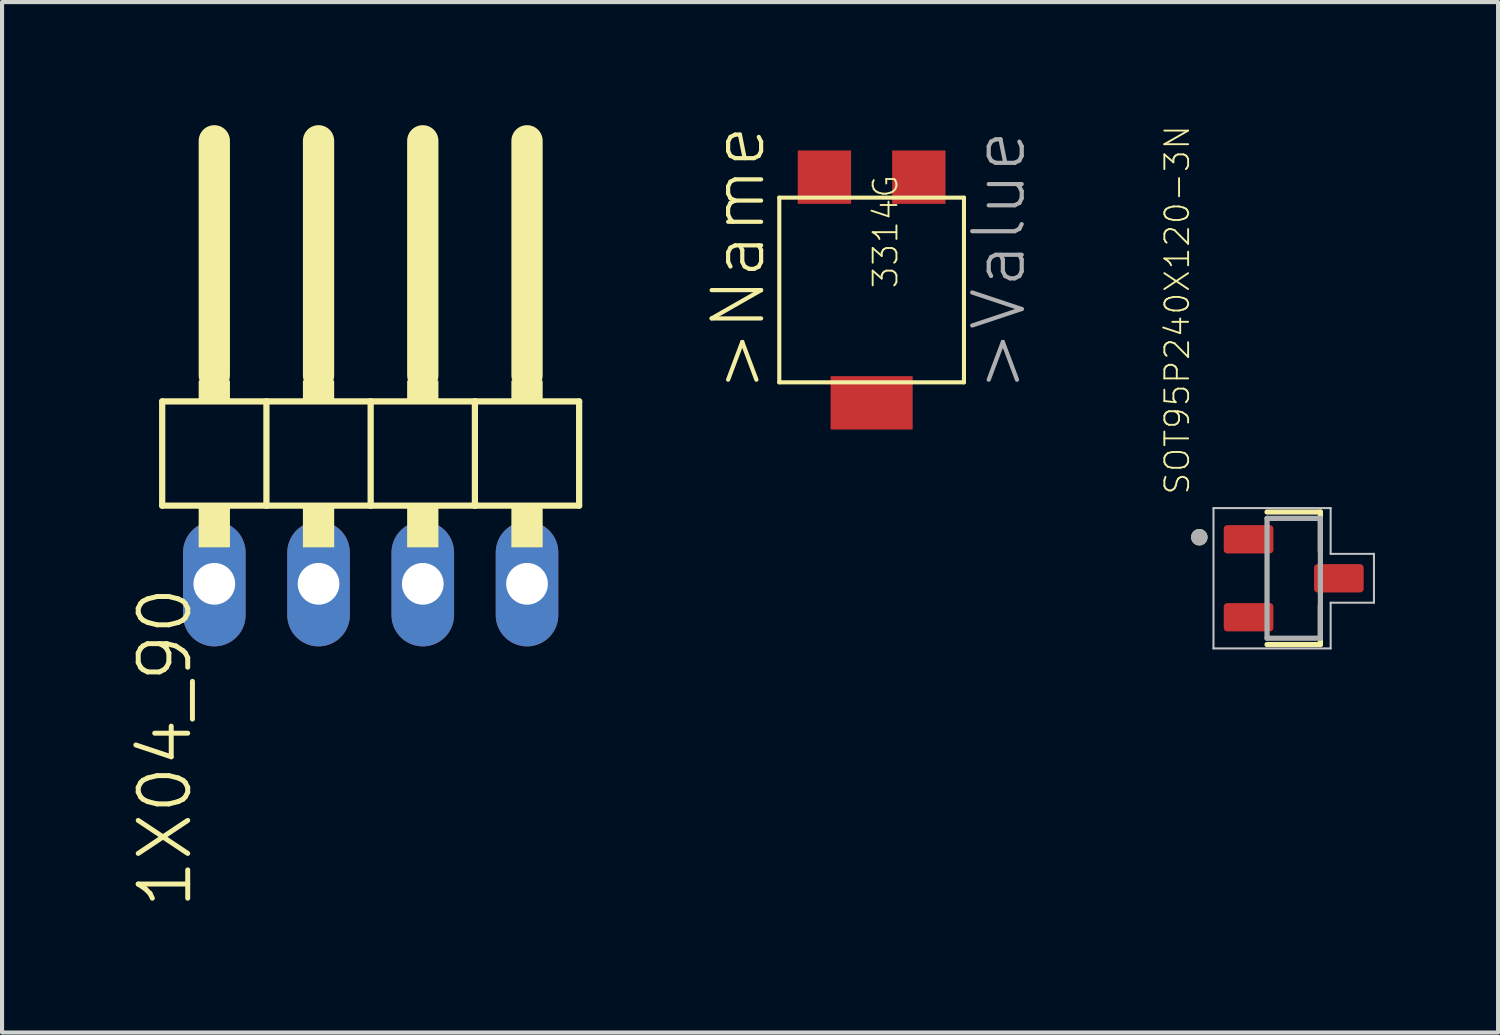
<source format=kicad_pcb>
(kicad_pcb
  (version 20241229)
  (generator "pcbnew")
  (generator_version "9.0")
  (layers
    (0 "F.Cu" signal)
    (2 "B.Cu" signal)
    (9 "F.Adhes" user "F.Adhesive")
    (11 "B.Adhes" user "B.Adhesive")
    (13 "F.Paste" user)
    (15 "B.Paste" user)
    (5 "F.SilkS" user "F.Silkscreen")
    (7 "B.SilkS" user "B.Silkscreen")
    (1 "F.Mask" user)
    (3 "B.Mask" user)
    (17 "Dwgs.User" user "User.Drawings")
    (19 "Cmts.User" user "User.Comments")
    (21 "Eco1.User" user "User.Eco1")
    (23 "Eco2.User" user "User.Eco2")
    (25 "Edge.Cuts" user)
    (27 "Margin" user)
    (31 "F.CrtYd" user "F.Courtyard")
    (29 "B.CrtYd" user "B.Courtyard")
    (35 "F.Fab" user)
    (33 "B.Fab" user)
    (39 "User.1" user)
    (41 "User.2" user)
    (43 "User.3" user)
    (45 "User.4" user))
  (footprint "3314G"
    (layer "F.Cu")
    (at 18.189 4.016)
    (property "Reference" "3314G" (at 0 0 90) (layer "F.SilkS") (effects (font (size 0.579 0.579) (thickness 0.046)) (justify left top)))
    (attr through_hole)
    (fp_line (start -2.25 -2.25) (end 2.25 -2.25) (stroke (width 0.1) (type solid)) (layer "F.SilkS"))
    (fp_line (start -2.25 2.25) (end -2.25 -2.25) (stroke (width 0.1) (type solid)) (layer "F.SilkS"))
    (fp_line (start 2.25 -2.25) (end 2.25 2.25) (stroke (width 0.1) (type solid)) (layer "F.SilkS"))
    (fp_line (start 2.25 2.25) (end -2.25 2.25) (stroke (width 0.1) (type solid)) (layer "F.SilkS"))
    (fp_text user ">Name" (at -2.54 2.54 90) (layer "F.SilkS") (effects (font (size 1.206 1.206) (thickness 0.102)) (justify left bottom)))
    (fp_text user ">Value" (at 3.81 2.54 90) (layer "F.Fab") (effects (font (size 1.206 1.206) (thickness 0.102)) (justify left bottom)))
    (pad "1" smd rect (at -1.15 -2.75 90) (size 1.3 1.3) (layers "F.Cu" "F.Mask" "F.Paste"))
    (pad "2" smd rect (at 0 2.75 90) (size 1.3 2) (layers "F.Cu" "F.Mask" "F.Paste"))
    (pad "3" smd rect (at 1.15 -2.75 90) (size 1.3 1.3) (layers "F.Cu" "F.Mask" "F.Paste")))
  (footprint "SOT95P240X120-3N"
    (layer "F.Cu")
    (at 28.474 11.041)
    (property "Reference" "SOT95P240X120-3N" (at -2.5 -2 90) (layer "F.SilkS") (effects (font (size 0.579 0.579) (thickness 0.046)) (justify left bottom)))
    (attr through_hole)
    (fp_line (start -0.65 -1.615) (end 0.65 -1.615) (stroke (width 0.127) (type solid)) (layer "F.SilkS"))
    (fp_line (start 0.65 -1.615) (end 0.65 -0.665) (stroke (width 0.127) (type solid)) (layer "F.SilkS"))
    (fp_line (start 0.65 0.665) (end 0.65 1.615) (stroke (width 0.127) (type solid)) (layer "F.SilkS"))
    (fp_line (start 0.65 1.615) (end -0.65 1.615) (stroke (width 0.127) (type solid)) (layer "F.SilkS"))
    (fp_circle (center -2.3 -1) (end -2.2 -1) (stroke (width 0.2) (type solid)) (fill no) (layer "F.SilkS"))
    (fp_line (start -1.955 -1.71) (end 0.9 -1.71) (stroke (width 0.05) (type solid)) (layer "Dwgs.User"))
    (fp_line (start -1.955 1.71) (end -1.955 -1.71) (stroke (width 0.05) (type solid)) (layer "Dwgs.User"))
    (fp_line (start 0.9 -1.71) (end 0.9 -0.595) (stroke (width 0.05) (type solid)) (layer "Dwgs.User"))
    (fp_line (start 0.9 -0.595) (end 1.955 -0.595) (stroke (width 0.05) (type solid)) (layer "Dwgs.User"))
    (fp_line (start 0.9 0.595) (end 0.9 1.71) (stroke (width 0.05) (type solid)) (layer "Dwgs.User"))
    (fp_line (start 0.9 1.71) (end -1.955 1.71) (stroke (width 0.05) (type solid)) (layer "Dwgs.User"))
    (fp_line (start 1.955 -0.595) (end 1.955 0.595) (stroke (width 0.05) (type solid)) (layer "Dwgs.User"))
    (fp_line (start 1.955 0.595) (end 0.9 0.595) (stroke (width 0.05) (type solid)) (layer "Dwgs.User"))
    (fp_line (start -0.65 -1.46) (end 0.65 -1.46) (stroke (width 0.127) (type solid)) (layer "F.Fab"))
    (fp_line (start -0.65 1.46) (end -0.65 -1.46) (stroke (width 0.127) (type solid)) (layer "F.Fab"))
    (fp_line (start 0.65 -1.46) (end 0.65 1.46) (stroke (width 0.127) (type solid)) (layer "F.Fab"))
    (fp_line (start 0.65 1.46) (end -0.65 1.46) (stroke (width 0.127) (type solid)) (layer "F.Fab"))
    (fp_circle (center -2.3 -1) (end -2.2 -1) (stroke (width 0.2) (type solid)) (fill no) (layer "F.Fab"))
    (pad "1" smd roundrect (at -1.1 -0.95) (size 1.21 0.69) (layers "F.Cu" "F.Mask" "F.Paste") (roundrect_rratio 0.125))
    (pad "2" smd roundrect (at -1.1 0.95) (size 1.21 0.69) (layers "F.Cu" "F.Mask" "F.Paste") (roundrect_rratio 0.125))
    (pad "3" smd roundrect (at 1.1 0) (size 1.21 0.69) (layers "F.Cu" "F.Mask" "F.Paste") (roundrect_rratio 0.125)))
  (footprint "1X04_90"
    (layer "F.Cu")
    (at 5.982 7.366)
    (property "Reference" "1X04_90" (at -5.715 3.81 270) (layer "F.SilkS") (effects (font (size 1.206 1.206) (thickness 0.121)) (justify right top)))
    (attr through_hole)
    (fp_line (start -5.08 -0.635) (end -5.08 1.905) (stroke (width 0.152) (type solid)) (layer "F.SilkS"))
    (fp_line (start -5.08 1.905) (end -2.54 1.905) (stroke (width 0.152) (type solid)) (layer "F.SilkS"))
    (fp_line (start -3.81 -6.985) (end -3.81 -1.27) (stroke (width 0.762) (type solid)) (layer "F.SilkS"))
    (fp_line (start -2.54 -0.635) (end -5.08 -0.635) (stroke (width 0.152) (type solid)) (layer "F.SilkS"))
    (fp_line (start -2.54 1.905) (end -2.54 -0.635) (stroke (width 0.152) (type solid)) (layer "F.SilkS"))
    (fp_line (start -2.54 1.905) (end 0 1.905) (stroke (width 0.152) (type solid)) (layer "F.SilkS"))
    (fp_line (start -1.27 -6.985) (end -1.27 -1.27) (stroke (width 0.762) (type solid)) (layer "F.SilkS"))
    (fp_line (start 0 -0.635) (end -2.54 -0.635) (stroke (width 0.152) (type solid)) (layer "F.SilkS"))
    (fp_line (start 0 1.905) (end 0 -0.635) (stroke (width 0.152) (type solid)) (layer "F.SilkS"))
    (fp_line (start 0 1.905) (end 2.54 1.905) (stroke (width 0.152) (type solid)) (layer "F.SilkS"))
    (fp_line (start 1.27 -6.985) (end 1.27 -1.27) (stroke (width 0.762) (type solid)) (layer "F.SilkS"))
    (fp_line (start 2.54 -0.635) (end 0 -0.635) (stroke (width 0.152) (type solid)) (layer "F.SilkS"))
    (fp_line (start 2.54 1.905) (end 2.54 -0.635) (stroke (width 0.152) (type solid)) (layer "F.SilkS"))
    (fp_line (start 2.54 1.905) (end 5.08 1.905) (stroke (width 0.152) (type solid)) (layer "F.SilkS"))
    (fp_line (start 3.81 -6.985) (end 3.81 -1.27) (stroke (width 0.762) (type solid)) (layer "F.SilkS"))
    (fp_line (start 5.08 -0.635) (end 2.54 -0.635) (stroke (width 0.152) (type solid)) (layer "F.SilkS"))
    (fp_line (start 5.08 1.905) (end 5.08 -0.635) (stroke (width 0.152) (type solid)) (layer "F.SilkS"))
    (fp_poly (pts (xy -4.191 -0.635) (xy -3.429 -0.635) (xy -3.429 -1.143) (xy -4.191 -1.143)) (stroke (width 0) (type solid)) (fill yes) (layer "F.SilkS"))
    (fp_poly (pts (xy -4.191 2.921) (xy -3.429 2.921) (xy -3.429 1.905) (xy -4.191 1.905)) (stroke (width 0) (type solid)) (fill yes) (layer "F.SilkS"))
    (fp_poly (pts (xy -1.651 -0.635) (xy -0.889 -0.635) (xy -0.889 -1.143) (xy -1.651 -1.143)) (stroke (width 0) (type solid)) (fill yes) (layer "F.SilkS"))
    (fp_poly (pts (xy -1.651 2.921) (xy -0.889 2.921) (xy -0.889 1.905) (xy -1.651 1.905)) (stroke (width 0) (type solid)) (fill yes) (layer "F.SilkS"))
    (fp_poly (pts (xy 0.889 -0.635) (xy 1.651 -0.635) (xy 1.651 -1.143) (xy 0.889 -1.143)) (stroke (width 0) (type solid)) (fill yes) (layer "F.SilkS"))
    (fp_poly (pts (xy 0.889 2.921) (xy 1.651 2.921) (xy 1.651 1.905) (xy 0.889 1.905)) (stroke (width 0) (type solid)) (fill yes) (layer "F.SilkS"))
    (fp_poly (pts (xy 3.429 -0.635) (xy 4.191 -0.635) (xy 4.191 -1.143) (xy 3.429 -1.143)) (stroke (width 0) (type solid)) (fill yes) (layer "F.SilkS"))
    (fp_poly (pts (xy 3.429 2.921) (xy 4.191 2.921) (xy 4.191 1.905) (xy 3.429 1.905)) (stroke (width 0) (type solid)) (fill yes) (layer "F.SilkS"))
    (pad "1" thru_hole oval (at -3.81 3.81 90) (size 3.048 1.524) (drill 1.016) (layers "*.Cu" "*.Mask"))
    (pad "2" thru_hole oval (at -1.27 3.81 90) (size 3.048 1.524) (drill 1.016) (layers "*.Cu" "*.Mask"))
    (pad "3" thru_hole oval (at 1.27 3.81 90) (size 3.048 1.524) (drill 1.016) (layers "*.Cu" "*.Mask"))
    (pad "4" thru_hole oval (at 3.81 3.81 90) (size 3.048 1.524) (drill 1.016) (layers "*.Cu" "*.Mask")))
  (gr_rect
    (start -3 -3)
    (end 33.454 22.11)
    (stroke (width 0.1) (type default))
    (fill no)
    (layer "Edge.Cuts")))
</source>
